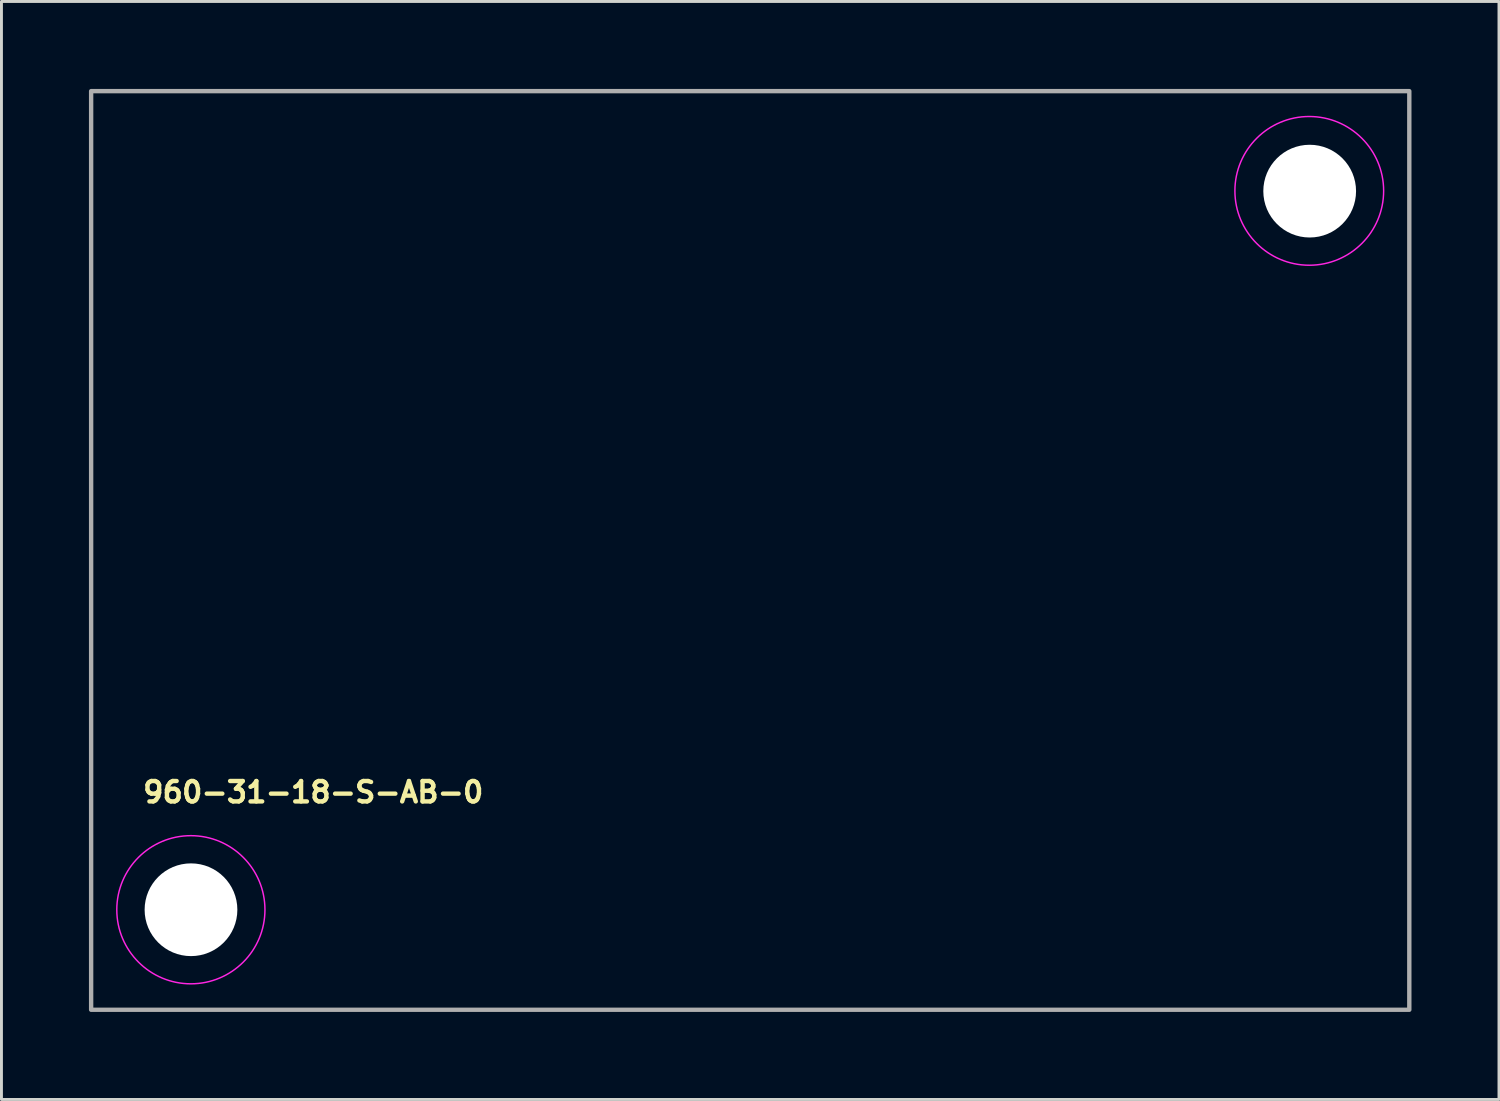
<source format=kicad_pcb>
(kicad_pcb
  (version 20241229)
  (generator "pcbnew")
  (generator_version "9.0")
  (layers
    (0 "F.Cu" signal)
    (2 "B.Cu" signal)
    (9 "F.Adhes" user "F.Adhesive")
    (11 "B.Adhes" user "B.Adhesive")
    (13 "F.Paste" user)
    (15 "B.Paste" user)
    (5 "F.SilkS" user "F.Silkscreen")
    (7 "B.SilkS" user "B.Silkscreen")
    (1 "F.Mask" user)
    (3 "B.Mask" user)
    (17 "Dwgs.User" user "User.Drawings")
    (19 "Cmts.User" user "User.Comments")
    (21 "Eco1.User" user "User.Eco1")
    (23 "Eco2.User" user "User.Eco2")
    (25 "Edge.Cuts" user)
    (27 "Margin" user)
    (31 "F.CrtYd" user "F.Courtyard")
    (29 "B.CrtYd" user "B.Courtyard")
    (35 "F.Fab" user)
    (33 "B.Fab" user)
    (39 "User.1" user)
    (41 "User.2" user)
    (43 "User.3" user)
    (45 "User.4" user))
  (footprint "960-31-18-S-AB-0"
    (layer "F.Cu")
    (at 22.675 15.825)
    (property "Reference" "960-31-18-S-AB-0" (at -20.9 8.699 0) (unlocked yes) (layer "F.SilkS") (effects (font (size 0.7 0.7) (thickness 0.15)) (justify left bottom)))
    (attr through_hole)
    (fp_circle (center -19.18 12.32) (end -16.64 12.32) (stroke (width 0.05) (type solid)) (fill no) (layer "F.CrtYd"))
    (fp_circle (center 19.17 -12.33) (end 21.72 -12.33) (stroke (width 0.05) (type solid)) (fill no) (layer "F.CrtYd"))
    (fp_rect (start -22.6 -15.75) (end 22.6 15.75) (stroke (width 0.15) (type solid)) (fill no) (layer "F.Fab"))
    (fp_rect (start -22.6 -15.75) (end 22.6 15.75) (stroke (width 0.1) (type solid)) (fill no) (layer "User.5"))
    (fp_line (start -22.604 12.32) (end -22.601 12.15) (stroke (width 0.02) (type solid)) (layer "User.9"))
    (fp_line (start -22.601 12.15) (end -22.589 11.981) (stroke (width 0.02) (type solid)) (layer "User.9"))
    (fp_line (start -22.601 12.49) (end -22.604 12.32) (stroke (width 0.02) (type solid)) (layer "User.9"))
    (fp_line (start -22.589 11.981) (end -22.567 11.813) (stroke (width 0.02) (type solid)) (layer "User.9"))
    (fp_line (start -22.589 12.659) (end -22.601 12.49) (stroke (width 0.02) (type solid)) (layer "User.9"))
    (fp_line (start -22.567 11.813) (end -22.538 11.647) (stroke (width 0.02) (type solid)) (layer "User.9"))
    (fp_line (start -22.567 12.826) (end -22.589 12.659) (stroke (width 0.02) (type solid)) (layer "User.9"))
    (fp_line (start -22.538 11.647) (end -22.502 11.484) (stroke (width 0.02) (type solid)) (layer "User.9"))
    (fp_line (start -22.538 12.993) (end -22.567 12.826) (stroke (width 0.02) (type solid)) (layer "User.9"))
    (fp_line (start -22.502 11.484) (end -22.456 11.323) (stroke (width 0.02) (type solid)) (layer "User.9"))
    (fp_line (start -22.502 13.156) (end -22.538 12.993) (stroke (width 0.02) (type solid)) (layer "User.9"))
    (fp_line (start -22.456 11.323) (end -22.404 11.163) (stroke (width 0.02) (type solid)) (layer "User.9"))
    (fp_line (start -22.456 13.317) (end -22.502 13.156) (stroke (width 0.02) (type solid)) (layer "User.9"))
    (fp_line (start -22.404 11.163) (end -22.343 11.007) (stroke (width 0.02) (type solid)) (layer "User.9"))
    (fp_line (start -22.404 13.477) (end -22.456 13.317) (stroke (width 0.02) (type solid)) (layer "User.9"))
    (fp_line (start -22.343 11.007) (end -22.276 10.855) (stroke (width 0.02) (type solid)) (layer "User.9"))
    (fp_line (start -22.343 13.632) (end -22.404 13.477) (stroke (width 0.02) (type solid)) (layer "User.9"))
    (fp_line (start -22.276 10.855) (end -22.202 10.705) (stroke (width 0.02) (type solid)) (layer "User.9"))
    (fp_line (start -22.276 13.785) (end -22.343 13.632) (stroke (width 0.02) (type solid)) (layer "User.9"))
    (fp_line (start -22.202 10.705) (end -22.118 10.56) (stroke (width 0.02) (type solid)) (layer "User.9"))
    (fp_line (start -22.202 13.935) (end -22.276 13.785) (stroke (width 0.02) (type solid)) (layer "User.9"))
    (fp_line (start -22.118 10.56) (end -22.028 10.417) (stroke (width 0.02) (type solid)) (layer "User.9"))
    (fp_line (start -22.118 14.08) (end -22.202 13.935) (stroke (width 0.02) (type solid)) (layer "User.9"))
    (fp_line (start -22.028 10.417) (end -21.932 10.279) (stroke (width 0.02) (type solid)) (layer "User.9"))
    (fp_line (start -22.028 14.223) (end -22.118 14.08) (stroke (width 0.02) (type solid)) (layer "User.9"))
    (fp_line (start -21.932 10.279) (end -21.828 10.147) (stroke (width 0.02) (type solid)) (layer "User.9"))
    (fp_line (start -21.932 14.361) (end -22.028 14.223) (stroke (width 0.02) (type solid)) (layer "User.9"))
    (fp_line (start -21.875 10.775) (end -19.176 9.271) (stroke (width 0.02) (type solid)) (layer "User.9"))
    (fp_line (start -21.875 13.865) (end -21.875 10.775) (stroke (width 0.02) (type solid)) (layer "User.9"))
    (fp_line (start -21.828 10.147) (end -21.717 10.018) (stroke (width 0.02) (type solid)) (layer "User.9"))
    (fp_line (start -21.828 14.493) (end -21.932 14.361) (stroke (width 0.02) (type solid)) (layer "User.9"))
    (fp_line (start -21.717 10.018) (end -21.601 9.896) (stroke (width 0.02) (type solid)) (layer "User.9"))
    (fp_line (start -21.717 14.621) (end -21.828 14.493) (stroke (width 0.02) (type solid)) (layer "User.9"))
    (fp_line (start -21.601 9.896) (end -21.601 9.896) (stroke (width 0.02) (type solid)) (layer "User.9"))
    (fp_line (start -21.601 9.896) (end -21.477 9.778) (stroke (width 0.02) (type solid)) (layer "User.9"))
    (fp_line (start -21.601 14.744) (end -21.717 14.621) (stroke (width 0.02) (type solid)) (layer "User.9"))
    (fp_line (start -21.601 14.744) (end -21.601 14.744) (stroke (width 0.02) (type solid)) (layer "User.9"))
    (fp_line (start -21.477 9.778) (end -21.349 9.667) (stroke (width 0.02) (type solid)) (layer "User.9"))
    (fp_line (start -21.477 14.861) (end -21.601 14.744) (stroke (width 0.02) (type solid)) (layer "User.9"))
    (fp_line (start -21.349 9.667) (end -21.217 9.563) (stroke (width 0.02) (type solid)) (layer "User.9"))
    (fp_line (start -21.349 14.973) (end -21.477 14.861) (stroke (width 0.02) (type solid)) (layer "User.9"))
    (fp_line (start -21.217 9.563) (end -21.078 9.467) (stroke (width 0.02) (type solid)) (layer "User.9"))
    (fp_line (start -21.217 15.076) (end -21.349 14.973) (stroke (width 0.02) (type solid)) (layer "User.9"))
    (fp_line (start -21.078 9.467) (end -20.936 9.377) (stroke (width 0.02) (type solid)) (layer "User.9"))
    (fp_line (start -21.078 15.172) (end -21.217 15.076) (stroke (width 0.02) (type solid)) (layer "User.9"))
    (fp_line (start -20.936 9.377) (end -20.79 9.294) (stroke (width 0.02) (type solid)) (layer "User.9"))
    (fp_line (start -20.936 15.262) (end -21.078 15.172) (stroke (width 0.02) (type solid)) (layer "User.9"))
    (fp_line (start -20.79 9.294) (end -20.641 9.22) (stroke (width 0.02) (type solid)) (layer "User.9"))
    (fp_line (start -20.79 15.345) (end -20.936 15.262) (stroke (width 0.02) (type solid)) (layer "User.9"))
    (fp_line (start -20.641 9.22) (end -20.488 9.153) (stroke (width 0.02) (type solid)) (layer "User.9"))
    (fp_line (start -20.641 15.42) (end -20.79 15.345) (stroke (width 0.02) (type solid)) (layer "User.9"))
    (fp_line (start -20.488 9.153) (end -20.333 9.092) (stroke (width 0.02) (type solid)) (layer "User.9"))
    (fp_line (start -20.488 15.487) (end -20.641 15.42) (stroke (width 0.02) (type solid)) (layer "User.9"))
    (fp_line (start -20.333 9.092) (end -20.173 9.039) (stroke (width 0.02) (type solid)) (layer "User.9"))
    (fp_line (start -20.333 15.548) (end -20.488 15.487) (stroke (width 0.02) (type solid)) (layer "User.9"))
    (fp_line (start -20.173 9.039) (end -20.011 8.994) (stroke (width 0.02) (type solid)) (layer "User.9"))
    (fp_line (start -20.173 15.601) (end -20.333 15.548) (stroke (width 0.02) (type solid)) (layer "User.9"))
    (fp_line (start -20.011 8.994) (end -19.848 8.957) (stroke (width 0.02) (type solid)) (layer "User.9"))
    (fp_line (start -20.011 15.646) (end -20.173 15.601) (stroke (width 0.02) (type solid)) (layer "User.9"))
    (fp_line (start -19.848 8.957) (end -19.682 8.929) (stroke (width 0.02) (type solid)) (layer "User.9"))
    (fp_line (start -19.848 15.682) (end -20.011 15.646) (stroke (width 0.02) (type solid)) (layer "User.9"))
    (fp_line (start -19.682 8.929) (end -19.514 8.907) (stroke (width 0.02) (type solid)) (layer "User.9"))
    (fp_line (start -19.682 15.711) (end -19.848 15.682) (stroke (width 0.02) (type solid)) (layer "User.9"))
    (fp_line (start -19.514 8.907) (end -19.346 8.896) (stroke (width 0.02) (type solid)) (layer "User.9"))
    (fp_line (start -19.514 15.733) (end -19.682 15.711) (stroke (width 0.02) (type solid)) (layer "User.9"))
    (fp_line (start -19.346 8.896) (end -19.176 8.89) (stroke (width 0.02) (type solid)) (layer "User.9"))
    (fp_line (start -19.346 15.744) (end -19.514 15.733) (stroke (width 0.02) (type solid)) (layer "User.9"))
    (fp_line (start -19.176 8.89) (end -18 8.89) (stroke (width 0.02) (type solid)) (layer "User.9"))
    (fp_line (start -19.176 9.271) (end -16.476 10.775) (stroke (width 0.02) (type solid)) (layer "User.9"))
    (fp_line (start -19.176 15.371) (end -21.875 13.865) (stroke (width 0.02) (type solid)) (layer "User.9"))
    (fp_line (start -19.176 15.749) (end -19.346 15.744) (stroke (width 0.02) (type solid)) (layer "User.9"))
    (fp_line (start -18 8.89) (end -17.901 8.888) (stroke (width 0.02) (type solid)) (layer "User.9"))
    (fp_line (start -17.901 8.888) (end -17.804 8.881) (stroke (width 0.02) (type solid)) (layer "User.9"))
    (fp_line (start -17.804 8.881) (end -17.705 8.869) (stroke (width 0.02) (type solid)) (layer "User.9"))
    (fp_line (start -17.705 8.869) (end -17.609 8.852) (stroke (width 0.02) (type solid)) (layer "User.9"))
    (fp_line (start -17.609 8.852) (end -17.514 8.83) (stroke (width 0.02) (type solid)) (layer "User.9"))
    (fp_line (start -17.514 8.83) (end -17.42 8.804) (stroke (width 0.02) (type solid)) (layer "User.9"))
    (fp_line (start -17.42 8.804) (end -17.327 8.773) (stroke (width 0.02) (type solid)) (layer "User.9"))
    (fp_line (start -17.327 8.773) (end -17.235 8.739) (stroke (width 0.02) (type solid)) (layer "User.9"))
    (fp_line (start -17.235 8.739) (end -17.147 8.699) (stroke (width 0.02) (type solid)) (layer "User.9"))
    (fp_line (start -17.147 8.699) (end -17.06 8.656) (stroke (width 0.02) (type solid)) (layer "User.9"))
    (fp_line (start -17.06 8.656) (end -16.974 8.608) (stroke (width 0.02) (type solid)) (layer "User.9"))
    (fp_line (start -16.974 8.608) (end -16.891 8.554) (stroke (width 0.02) (type solid)) (layer "User.9"))
    (fp_line (start -16.891 8.554) (end -16.811 8.499) (stroke (width 0.02) (type solid)) (layer "User.9"))
    (fp_line (start -16.811 8.499) (end -16.734 8.438) (stroke (width 0.02) (type solid)) (layer "User.9"))
    (fp_line (start -16.734 8.438) (end -16.659 8.374) (stroke (width 0.02) (type solid)) (layer "User.9"))
    (fp_line (start -16.659 8.374) (end -16.586 8.305) (stroke (width 0.02) (type solid)) (layer "User.9"))
    (fp_line (start -16.586 8.305) (end -16.586 8.305) (stroke (width 0.02) (type solid)) (layer "User.9"))
    (fp_line (start -16.586 8.305) (end -16.519 8.233) (stroke (width 0.02) (type solid)) (layer "User.9"))
    (fp_line (start -16.519 8.233) (end -16.453 8.159) (stroke (width 0.02) (type solid)) (layer "User.9"))
    (fp_line (start -16.476 10.775) (end -16.476 13.865) (stroke (width 0.02) (type solid)) (layer "User.9"))
    (fp_line (start -16.476 13.865) (end -19.176 15.371) (stroke (width 0.02) (type solid)) (layer "User.9"))
    (fp_line (start -16.453 8.159) (end -16.394 8.08) (stroke (width 0.02) (type solid)) (layer "User.9"))
    (fp_line (start -16.394 8.08) (end -16.337 8) (stroke (width 0.02) (type solid)) (layer "User.9"))
    (fp_line (start -16.337 8) (end -16.284 7.917) (stroke (width 0.02) (type solid)) (layer "User.9"))
    (fp_line (start -16.284 7.917) (end -16.237 7.833) (stroke (width 0.02) (type solid)) (layer "User.9"))
    (fp_line (start -16.237 7.833) (end -16.192 7.746) (stroke (width 0.02) (type solid)) (layer "User.9"))
    (fp_line (start -16.192 7.746) (end -16.153 7.656) (stroke (width 0.02) (type solid)) (layer "User.9"))
    (fp_line (start -16.153 7.656) (end -16.118 7.565) (stroke (width 0.02) (type solid)) (layer "User.9"))
    (fp_line (start -16.118 7.565) (end -16.087 7.472) (stroke (width 0.02) (type solid)) (layer "User.9"))
    (fp_line (start -16.087 7.472) (end -16.061 7.378) (stroke (width 0.02) (type solid)) (layer "User.9"))
    (fp_line (start -16.061 7.378) (end -16.04 7.283) (stroke (width 0.02) (type solid)) (layer "User.9"))
    (fp_line (start -16.04 7.283) (end -16.022 7.187) (stroke (width 0.02) (type solid)) (layer "User.9"))
    (fp_line (start -16.022 7.187) (end -16.011 7.089) (stroke (width 0.02) (type solid)) (layer "User.9"))
    (fp_line (start -16.011 7.089) (end -16.003 6.99) (stroke (width 0.02) (type solid)) (layer "User.9"))
    (fp_line (start -16.003 6.99) (end -16 6.892) (stroke (width 0.02) (type solid)) (layer "User.9"))
    (fp_line (start -16 6.892) (end -16 -15.75) (stroke (width 0.02) (type solid)) (layer "User.9"))
    (fp_line (start -15.5 -13.2) (end -15.5 -15.5) (stroke (width 0.02) (type solid)) (layer "User.9"))
    (fp_line (start -15.5 -13.2) (end -14.25 -13.2) (stroke (width 0.02) (type solid)) (layer "User.9"))
    (fp_line (start -15.5 -9.1) (end -15.5 -11.401) (stroke (width 0.02) (type solid)) (layer "User.9"))
    (fp_line (start -15.5 -9.1) (end -14.25 -9.1) (stroke (width 0.02) (type solid)) (layer "User.9"))
    (fp_line (start -15.5 -5) (end -15.5 -7.3) (stroke (width 0.02) (type solid)) (layer "User.9"))
    (fp_line (start -15.5 -5) (end -14.25 -5) (stroke (width 0.02) (type solid)) (layer "User.9"))
    (fp_line (start -15.5 -0.902) (end -15.5 -3.202) (stroke (width 0.02) (type solid)) (layer "User.9"))
    (fp_line (start -15.5 -0.902) (end -14.25 -0.902) (stroke (width 0.02) (type solid)) (layer "User.9"))
    (fp_line (start -15.5 3.2) (end -15.5 0.9) (stroke (width 0.02) (type solid)) (layer "User.9"))
    (fp_line (start -15.5 3.2) (end -14.25 3.2) (stroke (width 0.02) (type solid)) (layer "User.9"))
    (fp_line (start -15.5 7.299) (end -15.5 4.998) (stroke (width 0.02) (type solid)) (layer "User.9"))
    (fp_line (start -15.5 7.299) (end -14.25 7.299) (stroke (width 0.02) (type solid)) (layer "User.9"))
    (fp_line (start -15.5 11.4) (end -15.5 9.099) (stroke (width 0.02) (type solid)) (layer "User.9"))
    (fp_line (start -15.5 11.4) (end -14.25 11.4) (stroke (width 0.02) (type solid)) (layer "User.9"))
    (fp_line (start -15.5 15.499) (end -15.5 13.198) (stroke (width 0.02) (type solid)) (layer "User.9"))
    (fp_line (start -15.5 15.499) (end -14.25 15.499) (stroke (width 0.02) (type solid)) (layer "User.9"))
    (fp_line (start -14.25 -15.5) (end -15.5 -15.5) (stroke (width 0.02) (type solid)) (layer "User.9"))
    (fp_line (start -14.25 -13.2) (end -14.25 -15.5) (stroke (width 0.02) (type solid)) (layer "User.9"))
    (fp_line (start -14.25 -11.401) (end -15.5 -11.401) (stroke (width 0.02) (type solid)) (layer "User.9"))
    (fp_line (start -14.25 -9.1) (end -14.25 -11.401) (stroke (width 0.02) (type solid)) (layer "User.9"))
    (fp_line (start -14.25 -7.3) (end -15.5 -7.3) (stroke (width 0.02) (type solid)) (layer "User.9"))
    (fp_line (start -14.25 -5) (end -14.25 -7.3) (stroke (width 0.02) (type solid)) (layer "User.9"))
    (fp_line (start -14.25 -3.202) (end -15.5 -3.202) (stroke (width 0.02) (type solid)) (layer "User.9"))
    (fp_line (start -14.25 -0.902) (end -14.25 -3.202) (stroke (width 0.02) (type solid)) (layer "User.9"))
    (fp_line (start -14.25 0.9) (end -15.5 0.9) (stroke (width 0.02) (type solid)) (layer "User.9"))
    (fp_line (start -14.25 3.2) (end -14.25 0.9) (stroke (width 0.02) (type solid)) (layer "User.9"))
    (fp_line (start -14.25 4.998) (end -15.5 4.998) (stroke (width 0.02) (type solid)) (layer "User.9"))
    (fp_line (start -14.25 7.299) (end -14.25 4.998) (stroke (width 0.02) (type solid)) (layer "User.9"))
    (fp_line (start -14.25 9.099) (end -15.5 9.099) (stroke (width 0.02) (type solid)) (layer "User.9"))
    (fp_line (start -14.25 11.4) (end -14.25 9.099) (stroke (width 0.02) (type solid)) (layer "User.9"))
    (fp_line (start -14.25 13.198) (end -15.5 13.198) (stroke (width 0.02) (type solid)) (layer "User.9"))
    (fp_line (start -14.25 15.499) (end -14.25 13.198) (stroke (width 0.02) (type solid)) (layer "User.9"))
    (fp_line (start -12.196 -13.2) (end -12.196 -15.5) (stroke (width 0.02) (type solid)) (layer "User.9"))
    (fp_line (start -12.196 -13.2) (end -10.946 -13.2) (stroke (width 0.02) (type solid)) (layer "User.9"))
    (fp_line (start -12.196 -9.1) (end -12.196 -11.401) (stroke (width 0.02) (type solid)) (layer "User.9"))
    (fp_line (start -12.196 -9.1) (end -10.946 -9.1) (stroke (width 0.02) (type solid)) (layer "User.9"))
    (fp_line (start -12.196 -5) (end -12.196 -7.3) (stroke (width 0.02) (type solid)) (layer "User.9"))
    (fp_line (start -12.196 -5) (end -10.946 -5) (stroke (width 0.02) (type solid)) (layer "User.9"))
    (fp_line (start -12.196 -0.902) (end -12.196 -3.202) (stroke (width 0.02) (type solid)) (layer "User.9"))
    (fp_line (start -12.196 -0.902) (end -10.946 -0.902) (stroke (width 0.02) (type solid)) (layer "User.9"))
    (fp_line (start -12.196 3.2) (end -12.196 0.9) (stroke (width 0.02) (type solid)) (layer "User.9"))
    (fp_line (start -12.196 3.2) (end -10.946 3.2) (stroke (width 0.02) (type solid)) (layer "User.9"))
    (fp_line (start -12.196 7.299) (end -12.196 4.998) (stroke (width 0.02) (type solid)) (layer "User.9"))
    (fp_line (start -12.196 7.299) (end -10.946 7.299) (stroke (width 0.02) (type solid)) (layer "User.9"))
    (fp_line (start -12.196 11.4) (end -12.196 9.099) (stroke (width 0.02) (type solid)) (layer "User.9"))
    (fp_line (start -12.196 11.4) (end -10.946 11.4) (stroke (width 0.02) (type solid)) (layer "User.9"))
    (fp_line (start -12.196 15.499) (end -12.196 13.198) (stroke (width 0.02) (type solid)) (layer "User.9"))
    (fp_line (start -12.196 15.499) (end -10.946 15.499) (stroke (width 0.02) (type solid)) (layer "User.9"))
    (fp_line (start -10.946 -15.5) (end -12.196 -15.5) (stroke (width 0.02) (type solid)) (layer "User.9"))
    (fp_line (start -10.946 -13.2) (end -10.946 -15.5) (stroke (width 0.02) (type solid)) (layer "User.9"))
    (fp_line (start -10.946 -11.401) (end -12.196 -11.401) (stroke (width 0.02) (type solid)) (layer "User.9"))
    (fp_line (start -10.946 -9.1) (end -10.946 -11.401) (stroke (width 0.02) (type solid)) (layer "User.9"))
    (fp_line (start -10.946 -7.3) (end -12.196 -7.3) (stroke (width 0.02) (type solid)) (layer "User.9"))
    (fp_line (start -10.946 -5) (end -10.946 -7.3) (stroke (width 0.02) (type solid)) (layer "User.9"))
    (fp_line (start -10.946 -3.202) (end -12.196 -3.202) (stroke (width 0.02) (type solid)) (layer "User.9"))
    (fp_line (start -10.946 -0.902) (end -10.946 -3.202) (stroke (width 0.02) (type solid)) (layer "User.9"))
    (fp_line (start -10.946 0.9) (end -12.196 0.9) (stroke (width 0.02) (type solid)) (layer "User.9"))
    (fp_line (start -10.946 3.2) (end -10.946 0.9) (stroke (width 0.02) (type solid)) (layer "User.9"))
    (fp_line (start -10.946 4.998) (end -12.196 4.998) (stroke (width 0.02) (type solid)) (layer "User.9"))
    (fp_line (start -10.946 7.299) (end -10.946 4.998) (stroke (width 0.02) (type solid)) (layer "User.9"))
    (fp_line (start -10.946 9.099) (end -12.196 9.099) (stroke (width 0.02) (type solid)) (layer "User.9"))
    (fp_line (start -10.946 11.4) (end -10.946 9.099) (stroke (width 0.02) (type solid)) (layer "User.9"))
    (fp_line (start -10.946 13.198) (end -12.196 13.198) (stroke (width 0.02) (type solid)) (layer "User.9"))
    (fp_line (start -10.946 15.499) (end -10.946 13.198) (stroke (width 0.02) (type solid)) (layer "User.9"))
    (fp_line (start -8.889 -13.2) (end -8.889 -15.5) (stroke (width 0.02) (type solid)) (layer "User.9"))
    (fp_line (start -8.889 -13.2) (end -7.64 -13.2) (stroke (width 0.02) (type solid)) (layer "User.9"))
    (fp_line (start -8.889 -9.1) (end -8.889 -11.401) (stroke (width 0.02) (type solid)) (layer "User.9"))
    (fp_line (start -8.889 -9.1) (end -7.64 -9.1) (stroke (width 0.02) (type solid)) (layer "User.9"))
    (fp_line (start -8.889 -5) (end -8.889 -7.3) (stroke (width 0.02) (type solid)) (layer "User.9"))
    (fp_line (start -8.889 -5) (end -7.64 -5) (stroke (width 0.02) (type solid)) (layer "User.9"))
    (fp_line (start -8.889 -0.902) (end -8.889 -3.202) (stroke (width 0.02) (type solid)) (layer "User.9"))
    (fp_line (start -8.889 -0.902) (end -7.64 -0.902) (stroke (width 0.02) (type solid)) (layer "User.9"))
    (fp_line (start -8.889 3.2) (end -8.889 0.9) (stroke (width 0.02) (type solid)) (layer "User.9"))
    (fp_line (start -8.889 3.2) (end -7.64 3.2) (stroke (width 0.02) (type solid)) (layer "User.9"))
    (fp_line (start -8.889 7.299) (end -8.889 4.998) (stroke (width 0.02) (type solid)) (layer "User.9"))
    (fp_line (start -8.889 7.299) (end -7.64 7.299) (stroke (width 0.02) (type solid)) (layer "User.9"))
    (fp_line (start -8.889 11.4) (end -8.889 9.099) (stroke (width 0.02) (type solid)) (layer "User.9"))
    (fp_line (start -8.889 11.4) (end -7.64 11.4) (stroke (width 0.02) (type solid)) (layer "User.9"))
    (fp_line (start -8.889 15.499) (end -8.889 13.198) (stroke (width 0.02) (type solid)) (layer "User.9"))
    (fp_line (start -8.889 15.499) (end -7.64 15.499) (stroke (width 0.02) (type solid)) (layer "User.9"))
    (fp_line (start -7.64 -15.5) (end -8.889 -15.5) (stroke (width 0.02) (type solid)) (layer "User.9"))
    (fp_line (start -7.64 -13.2) (end -7.64 -15.5) (stroke (width 0.02) (type solid)) (layer "User.9"))
    (fp_line (start -7.64 -11.401) (end -8.889 -11.401) (stroke (width 0.02) (type solid)) (layer "User.9"))
    (fp_line (start -7.64 -9.1) (end -7.64 -11.401) (stroke (width 0.02) (type solid)) (layer "User.9"))
    (fp_line (start -7.64 -7.3) (end -8.889 -7.3) (stroke (width 0.02) (type solid)) (layer "User.9"))
    (fp_line (start -7.64 -5) (end -7.64 -7.3) (stroke (width 0.02) (type solid)) (layer "User.9"))
    (fp_line (start -7.64 -3.202) (end -8.889 -3.202) (stroke (width 0.02) (type solid)) (layer "User.9"))
    (fp_line (start -7.64 -0.902) (end -7.64 -3.202) (stroke (width 0.02) (type solid)) (layer "User.9"))
    (fp_line (start -7.64 0.9) (end -8.889 0.9) (stroke (width 0.02) (type solid)) (layer "User.9"))
    (fp_line (start -7.64 3.2) (end -7.64 0.9) (stroke (width 0.02) (type solid)) (layer "User.9"))
    (fp_line (start -7.64 4.998) (end -8.889 4.998) (stroke (width 0.02) (type solid)) (layer "User.9"))
    (fp_line (start -7.64 7.299) (end -7.64 4.998) (stroke (width 0.02) (type solid)) (layer "User.9"))
    (fp_line (start -7.64 9.099) (end -8.889 9.099) (stroke (width 0.02) (type solid)) (layer "User.9"))
    (fp_line (start -7.64 11.4) (end -7.64 9.099) (stroke (width 0.02) (type solid)) (layer "User.9"))
    (fp_line (start -7.64 13.198) (end -8.889 13.198) (stroke (width 0.02) (type solid)) (layer "User.9"))
    (fp_line (start -7.64 15.499) (end -7.64 13.198) (stroke (width 0.02) (type solid)) (layer "User.9"))
    (fp_line (start -5.584 -13.2) (end -5.584 -15.5) (stroke (width 0.02) (type solid)) (layer "User.9"))
    (fp_line (start -5.584 -13.2) (end -4.334 -13.2) (stroke (width 0.02) (type solid)) (layer "User.9"))
    (fp_line (start -5.584 -9.1) (end -5.584 -11.401) (stroke (width 0.02) (type solid)) (layer "User.9"))
    (fp_line (start -5.584 -9.1) (end -4.334 -9.1) (stroke (width 0.02) (type solid)) (layer "User.9"))
    (fp_line (start -5.584 -5) (end -5.584 -7.3) (stroke (width 0.02) (type solid)) (layer "User.9"))
    (fp_line (start -5.584 -5) (end -4.334 -5) (stroke (width 0.02) (type solid)) (layer "User.9"))
    (fp_line (start -5.584 -0.902) (end -5.584 -3.202) (stroke (width 0.02) (type solid)) (layer "User.9"))
    (fp_line (start -5.584 -0.902) (end -4.334 -0.902) (stroke (width 0.02) (type solid)) (layer "User.9"))
    (fp_line (start -5.584 3.2) (end -5.584 0.9) (stroke (width 0.02) (type solid)) (layer "User.9"))
    (fp_line (start -5.584 3.2) (end -4.334 3.2) (stroke (width 0.02) (type solid)) (layer "User.9"))
    (fp_line (start -5.584 7.299) (end -5.584 4.998) (stroke (width 0.02) (type solid)) (layer "User.9"))
    (fp_line (start -5.584 7.299) (end -4.334 7.299) (stroke (width 0.02) (type solid)) (layer "User.9"))
    (fp_line (start -5.584 11.4) (end -5.584 9.099) (stroke (width 0.02) (type solid)) (layer "User.9"))
    (fp_line (start -5.584 11.4) (end -4.334 11.4) (stroke (width 0.02) (type solid)) (layer "User.9"))
    (fp_line (start -5.584 15.499) (end -5.584 13.198) (stroke (width 0.02) (type solid)) (layer "User.9"))
    (fp_line (start -5.584 15.499) (end -4.334 15.499) (stroke (width 0.02) (type solid)) (layer "User.9"))
    (fp_line (start -4.334 -15.5) (end -5.584 -15.5) (stroke (width 0.02) (type solid)) (layer "User.9"))
    (fp_line (start -4.334 -13.2) (end -4.334 -15.5) (stroke (width 0.02) (type solid)) (layer "User.9"))
    (fp_line (start -4.334 -11.401) (end -5.584 -11.401) (stroke (width 0.02) (type solid)) (layer "User.9"))
    (fp_line (start -4.334 -9.1) (end -4.334 -11.401) (stroke (width 0.02) (type solid)) (layer "User.9"))
    (fp_line (start -4.334 -7.3) (end -5.584 -7.3) (stroke (width 0.02) (type solid)) (layer "User.9"))
    (fp_line (start -4.334 -5) (end -4.334 -7.3) (stroke (width 0.02) (type solid)) (layer "User.9"))
    (fp_line (start -4.334 -3.202) (end -5.584 -3.202) (stroke (width 0.02) (type solid)) (layer "User.9"))
    (fp_line (start -4.334 -0.902) (end -4.334 -3.202) (stroke (width 0.02) (type solid)) (layer "User.9"))
    (fp_line (start -4.334 0.9) (end -5.584 0.9) (stroke (width 0.02) (type solid)) (layer "User.9"))
    (fp_line (start -4.334 3.2) (end -4.334 0.9) (stroke (width 0.02) (type solid)) (layer "User.9"))
    (fp_line (start -4.334 4.998) (end -5.584 4.998) (stroke (width 0.02) (type solid)) (layer "User.9"))
    (fp_line (start -4.334 7.299) (end -4.334 4.998) (stroke (width 0.02) (type solid)) (layer "User.9"))
    (fp_line (start -4.334 9.099) (end -5.584 9.099) (stroke (width 0.02) (type solid)) (layer "User.9"))
    (fp_line (start -4.334 11.4) (end -4.334 9.099) (stroke (width 0.02) (type solid)) (layer "User.9"))
    (fp_line (start -4.334 13.198) (end -5.584 13.198) (stroke (width 0.02) (type solid)) (layer "User.9"))
    (fp_line (start -4.334 15.499) (end -4.334 13.198) (stroke (width 0.02) (type solid)) (layer "User.9"))
    (fp_line (start -2.278 -13.2) (end -2.278 -15.5) (stroke (width 0.02) (type solid)) (layer "User.9"))
    (fp_line (start -2.278 -13.2) (end -1.028 -13.2) (stroke (width 0.02) (type solid)) (layer "User.9"))
    (fp_line (start -2.278 -9.1) (end -2.278 -11.401) (stroke (width 0.02) (type solid)) (layer "User.9"))
    (fp_line (start -2.278 -9.1) (end -1.028 -9.1) (stroke (width 0.02) (type solid)) (layer "User.9"))
    (fp_line (start -2.278 -5) (end -2.278 -7.3) (stroke (width 0.02) (type solid)) (layer "User.9"))
    (fp_line (start -2.278 -5) (end -1.028 -5) (stroke (width 0.02) (type solid)) (layer "User.9"))
    (fp_line (start -2.278 -0.902) (end -2.278 -3.202) (stroke (width 0.02) (type solid)) (layer "User.9"))
    (fp_line (start -2.278 -0.902) (end -1.028 -0.902) (stroke (width 0.02) (type solid)) (layer "User.9"))
    (fp_line (start -2.278 3.2) (end -2.278 0.9) (stroke (width 0.02) (type solid)) (layer "User.9"))
    (fp_line (start -2.278 3.2) (end -1.028 3.2) (stroke (width 0.02) (type solid)) (layer "User.9"))
    (fp_line (start -2.278 7.299) (end -2.278 4.998) (stroke (width 0.02) (type solid)) (layer "User.9"))
    (fp_line (start -2.278 7.299) (end -1.028 7.299) (stroke (width 0.02) (type solid)) (layer "User.9"))
    (fp_line (start -2.278 11.4) (end -2.278 9.099) (stroke (width 0.02) (type solid)) (layer "User.9"))
    (fp_line (start -2.278 11.4) (end -1.028 11.4) (stroke (width 0.02) (type solid)) (layer "User.9"))
    (fp_line (start -2.278 15.499) (end -2.278 13.198) (stroke (width 0.02) (type solid)) (layer "User.9"))
    (fp_line (start -2.278 15.499) (end -1.028 15.499) (stroke (width 0.02) (type solid)) (layer "User.9"))
    (fp_line (start -1.028 -15.5) (end -2.278 -15.5) (stroke (width 0.02) (type solid)) (layer "User.9"))
    (fp_line (start -1.028 -13.2) (end -1.028 -15.5) (stroke (width 0.02) (type solid)) (layer "User.9"))
    (fp_line (start -1.028 -11.401) (end -2.278 -11.401) (stroke (width 0.02) (type solid)) (layer "User.9"))
    (fp_line (start -1.028 -9.1) (end -1.028 -11.401) (stroke (width 0.02) (type solid)) (layer "User.9"))
    (fp_line (start -1.028 -7.3) (end -2.278 -7.3) (stroke (width 0.02) (type solid)) (layer "User.9"))
    (fp_line (start -1.028 -5) (end -1.028 -7.3) (stroke (width 0.02) (type solid)) (layer "User.9"))
    (fp_line (start -1.028 -3.202) (end -2.278 -3.202) (stroke (width 0.02) (type solid)) (layer "User.9"))
    (fp_line (start -1.028 -0.902) (end -1.028 -3.202) (stroke (width 0.02) (type solid)) (layer "User.9"))
    (fp_line (start -1.028 0.9) (end -2.278 0.9) (stroke (width 0.02) (type solid)) (layer "User.9"))
    (fp_line (start -1.028 3.2) (end -1.028 0.9) (stroke (width 0.02) (type solid)) (layer "User.9"))
    (fp_line (start -1.028 4.998) (end -2.278 4.998) (stroke (width 0.02) (type solid)) (layer "User.9"))
    (fp_line (start -1.028 7.299) (end -1.028 4.998) (stroke (width 0.02) (type solid)) (layer "User.9"))
    (fp_line (start -1.028 9.099) (end -2.278 9.099) (stroke (width 0.02) (type solid)) (layer "User.9"))
    (fp_line (start -1.028 11.4) (end -1.028 9.099) (stroke (width 0.02) (type solid)) (layer "User.9"))
    (fp_line (start -1.028 13.198) (end -2.278 13.198) (stroke (width 0.02) (type solid)) (layer "User.9"))
    (fp_line (start -1.028 15.499) (end -1.028 13.198) (stroke (width 0.02) (type solid)) (layer "User.9"))
    (fp_line (start 1.027 -13.2) (end 1.027 -15.5) (stroke (width 0.02) (type solid)) (layer "User.9"))
    (fp_line (start 1.027 -13.2) (end 2.277 -13.2) (stroke (width 0.02) (type solid)) (layer "User.9"))
    (fp_line (start 1.027 -9.1) (end 1.027 -11.401) (stroke (width 0.02) (type solid)) (layer "User.9"))
    (fp_line (start 1.027 -9.1) (end 2.277 -9.1) (stroke (width 0.02) (type solid)) (layer "User.9"))
    (fp_line (start 1.027 -5) (end 1.027 -7.3) (stroke (width 0.02) (type solid)) (layer "User.9"))
    (fp_line (start 1.027 -5) (end 2.277 -5) (stroke (width 0.02) (type solid)) (layer "User.9"))
    (fp_line (start 1.027 -0.902) (end 1.027 -3.202) (stroke (width 0.02) (type solid)) (layer "User.9"))
    (fp_line (start 1.027 -0.902) (end 2.277 -0.902) (stroke (width 0.02) (type solid)) (layer "User.9"))
    (fp_line (start 1.027 3.2) (end 1.027 0.9) (stroke (width 0.02) (type solid)) (layer "User.9"))
    (fp_line (start 1.027 3.2) (end 2.277 3.2) (stroke (width 0.02) (type solid)) (layer "User.9"))
    (fp_line (start 1.027 7.299) (end 1.027 4.998) (stroke (width 0.02) (type solid)) (layer "User.9"))
    (fp_line (start 1.027 7.299) (end 2.277 7.299) (stroke (width 0.02) (type solid)) (layer "User.9"))
    (fp_line (start 1.027 11.4) (end 1.027 9.099) (stroke (width 0.02) (type solid)) (layer "User.9"))
    (fp_line (start 1.027 11.4) (end 2.277 11.4) (stroke (width 0.02) (type solid)) (layer "User.9"))
    (fp_line (start 1.027 15.499) (end 1.027 13.198) (stroke (width 0.02) (type solid)) (layer "User.9"))
    (fp_line (start 1.027 15.499) (end 2.277 15.499) (stroke (width 0.02) (type solid)) (layer "User.9"))
    (fp_line (start 2.277 -15.5) (end 1.027 -15.5) (stroke (width 0.02) (type solid)) (layer "User.9"))
    (fp_line (start 2.277 -13.2) (end 2.277 -15.5) (stroke (width 0.02) (type solid)) (layer "User.9"))
    (fp_line (start 2.277 -11.401) (end 1.027 -11.401) (stroke (width 0.02) (type solid)) (layer "User.9"))
    (fp_line (start 2.277 -9.1) (end 2.277 -11.401) (stroke (width 0.02) (type solid)) (layer "User.9"))
    (fp_line (start 2.277 -7.3) (end 1.027 -7.3) (stroke (width 0.02) (type solid)) (layer "User.9"))
    (fp_line (start 2.277 -5) (end 2.277 -7.3) (stroke (width 0.02) (type solid)) (layer "User.9"))
    (fp_line (start 2.277 -3.202) (end 1.027 -3.202) (stroke (width 0.02) (type solid)) (layer "User.9"))
    (fp_line (start 2.277 -0.902) (end 2.277 -3.202) (stroke (width 0.02) (type solid)) (layer "User.9"))
    (fp_line (start 2.277 0.9) (end 1.027 0.9) (stroke (width 0.02) (type solid)) (layer "User.9"))
    (fp_line (start 2.277 3.2) (end 2.277 0.9) (stroke (width 0.02) (type solid)) (layer "User.9"))
    (fp_line (start 2.277 4.998) (end 1.027 4.998) (stroke (width 0.02) (type solid)) (layer "User.9"))
    (fp_line (start 2.277 7.299) (end 2.277 4.998) (stroke (width 0.02) (type solid)) (layer "User.9"))
    (fp_line (start 2.277 9.099) (end 1.027 9.099) (stroke (width 0.02) (type solid)) (layer "User.9"))
    (fp_line (start 2.277 11.4) (end 2.277 9.099) (stroke (width 0.02) (type solid)) (layer "User.9"))
    (fp_line (start 2.277 13.198) (end 1.027 13.198) (stroke (width 0.02) (type solid)) (layer "User.9"))
    (fp_line (start 2.277 15.499) (end 2.277 13.198) (stroke (width 0.02) (type solid)) (layer "User.9"))
    (fp_line (start 4.333 -13.2) (end 4.333 -15.5) (stroke (width 0.02) (type solid)) (layer "User.9"))
    (fp_line (start 4.333 -13.2) (end 5.583 -13.2) (stroke (width 0.02) (type solid)) (layer "User.9"))
    (fp_line (start 4.333 -9.1) (end 4.333 -11.401) (stroke (width 0.02) (type solid)) (layer "User.9"))
    (fp_line (start 4.333 -9.1) (end 5.583 -9.1) (stroke (width 0.02) (type solid)) (layer "User.9"))
    (fp_line (start 4.333 -5) (end 4.333 -7.3) (stroke (width 0.02) (type solid)) (layer "User.9"))
    (fp_line (start 4.333 -5) (end 5.583 -5) (stroke (width 0.02) (type solid)) (layer "User.9"))
    (fp_line (start 4.333 -0.902) (end 4.333 -3.202) (stroke (width 0.02) (type solid)) (layer "User.9"))
    (fp_line (start 4.333 -0.902) (end 5.583 -0.902) (stroke (width 0.02) (type solid)) (layer "User.9"))
    (fp_line (start 4.333 3.2) (end 4.333 0.9) (stroke (width 0.02) (type solid)) (layer "User.9"))
    (fp_line (start 4.333 3.2) (end 5.583 3.2) (stroke (width 0.02) (type solid)) (layer "User.9"))
    (fp_line (start 4.333 7.299) (end 4.333 4.998) (stroke (width 0.02) (type solid)) (layer "User.9"))
    (fp_line (start 4.333 7.299) (end 5.583 7.299) (stroke (width 0.02) (type solid)) (layer "User.9"))
    (fp_line (start 4.333 11.4) (end 4.333 9.099) (stroke (width 0.02) (type solid)) (layer "User.9"))
    (fp_line (start 4.333 11.4) (end 5.583 11.4) (stroke (width 0.02) (type solid)) (layer "User.9"))
    (fp_line (start 4.333 15.499) (end 4.333 13.198) (stroke (width 0.02) (type solid)) (layer "User.9"))
    (fp_line (start 4.333 15.499) (end 5.583 15.499) (stroke (width 0.02) (type solid)) (layer "User.9"))
    (fp_line (start 5.583 -15.5) (end 4.333 -15.5) (stroke (width 0.02) (type solid)) (layer "User.9"))
    (fp_line (start 5.583 -13.2) (end 5.583 -15.5) (stroke (width 0.02) (type solid)) (layer "User.9"))
    (fp_line (start 5.583 -11.401) (end 4.333 -11.401) (stroke (width 0.02) (type solid)) (layer "User.9"))
    (fp_line (start 5.583 -9.1) (end 5.583 -11.401) (stroke (width 0.02) (type solid)) (layer "User.9"))
    (fp_line (start 5.583 -7.3) (end 4.333 -7.3) (stroke (width 0.02) (type solid)) (layer "User.9"))
    (fp_line (start 5.583 -5) (end 5.583 -7.3) (stroke (width 0.02) (type solid)) (layer "User.9"))
    (fp_line (start 5.583 -3.202) (end 4.333 -3.202) (stroke (width 0.02) (type solid)) (layer "User.9"))
    (fp_line (start 5.583 -0.902) (end 5.583 -3.202) (stroke (width 0.02) (type solid)) (layer "User.9"))
    (fp_line (start 5.583 0.9) (end 4.333 0.9) (stroke (width 0.02) (type solid)) (layer "User.9"))
    (fp_line (start 5.583 3.2) (end 5.583 0.9) (stroke (width 0.02) (type solid)) (layer "User.9"))
    (fp_line (start 5.583 4.998) (end 4.333 4.998) (stroke (width 0.02) (type solid)) (layer "User.9"))
    (fp_line (start 5.583 7.299) (end 5.583 4.998) (stroke (width 0.02) (type solid)) (layer "User.9"))
    (fp_line (start 5.583 9.099) (end 4.333 9.099) (stroke (width 0.02) (type solid)) (layer "User.9"))
    (fp_line (start 5.583 11.4) (end 5.583 9.099) (stroke (width 0.02) (type solid)) (layer "User.9"))
    (fp_line (start 5.583 13.198) (end 4.333 13.198) (stroke (width 0.02) (type solid)) (layer "User.9"))
    (fp_line (start 5.583 15.499) (end 5.583 13.198) (stroke (width 0.02) (type solid)) (layer "User.9"))
    (fp_line (start 7.637 -13.2) (end 7.637 -15.5) (stroke (width 0.02) (type solid)) (layer "User.9"))
    (fp_line (start 7.637 -13.2) (end 8.887 -13.2) (stroke (width 0.02) (type solid)) (layer "User.9"))
    (fp_line (start 7.637 -9.1) (end 7.637 -11.401) (stroke (width 0.02) (type solid)) (layer "User.9"))
    (fp_line (start 7.637 -9.1) (end 8.887 -9.1) (stroke (width 0.02) (type solid)) (layer "User.9"))
    (fp_line (start 7.637 -5) (end 7.637 -7.3) (stroke (width 0.02) (type solid)) (layer "User.9"))
    (fp_line (start 7.637 -5) (end 8.887 -5) (stroke (width 0.02) (type solid)) (layer "User.9"))
    (fp_line (start 7.637 -0.902) (end 7.637 -3.202) (stroke (width 0.02) (type solid)) (layer "User.9"))
    (fp_line (start 7.637 -0.902) (end 8.887 -0.902) (stroke (width 0.02) (type solid)) (layer "User.9"))
    (fp_line (start 7.637 3.2) (end 7.637 0.9) (stroke (width 0.02) (type solid)) (layer "User.9"))
    (fp_line (start 7.637 3.2) (end 8.887 3.2) (stroke (width 0.02) (type solid)) (layer "User.9"))
    (fp_line (start 7.637 7.299) (end 7.637 4.998) (stroke (width 0.02) (type solid)) (layer "User.9"))
    (fp_line (start 7.637 7.299) (end 8.887 7.299) (stroke (width 0.02) (type solid)) (layer "User.9"))
    (fp_line (start 7.637 11.4) (end 7.637 9.099) (stroke (width 0.02) (type solid)) (layer "User.9"))
    (fp_line (start 7.637 11.4) (end 8.887 11.4) (stroke (width 0.02) (type solid)) (layer "User.9"))
    (fp_line (start 7.637 15.499) (end 7.637 13.198) (stroke (width 0.02) (type solid)) (layer "User.9"))
    (fp_line (start 7.637 15.499) (end 8.887 15.499) (stroke (width 0.02) (type solid)) (layer "User.9"))
    (fp_line (start 8.887 -15.5) (end 7.637 -15.5) (stroke (width 0.02) (type solid)) (layer "User.9"))
    (fp_line (start 8.887 -13.2) (end 8.887 -15.5) (stroke (width 0.02) (type solid)) (layer "User.9"))
    (fp_line (start 8.887 -11.401) (end 7.637 -11.401) (stroke (width 0.02) (type solid)) (layer "User.9"))
    (fp_line (start 8.887 -9.1) (end 8.887 -11.401) (stroke (width 0.02) (type solid)) (layer "User.9"))
    (fp_line (start 8.887 -7.3) (end 7.637 -7.3) (stroke (width 0.02) (type solid)) (layer "User.9"))
    (fp_line (start 8.887 -5) (end 8.887 -7.3) (stroke (width 0.02) (type solid)) (layer "User.9"))
    (fp_line (start 8.887 -3.202) (end 7.637 -3.202) (stroke (width 0.02) (type solid)) (layer "User.9"))
    (fp_line (start 8.887 -0.902) (end 8.887 -3.202) (stroke (width 0.02) (type solid)) (layer "User.9"))
    (fp_line (start 8.887 0.9) (end 7.637 0.9) (stroke (width 0.02) (type solid)) (layer "User.9"))
    (fp_line (start 8.887 3.2) (end 8.887 0.9) (stroke (width 0.02) (type solid)) (layer "User.9"))
    (fp_line (start 8.887 4.998) (end 7.637 4.998) (stroke (width 0.02) (type solid)) (layer "User.9"))
    (fp_line (start 8.887 7.299) (end 8.887 4.998) (stroke (width 0.02) (type solid)) (layer "User.9"))
    (fp_line (start 8.887 9.099) (end 7.637 9.099) (stroke (width 0.02) (type solid)) (layer "User.9"))
    (fp_line (start 8.887 11.4) (end 8.887 9.099) (stroke (width 0.02) (type solid)) (layer "User.9"))
    (fp_line (start 8.887 13.198) (end 7.637 13.198) (stroke (width 0.02) (type solid)) (layer "User.9"))
    (fp_line (start 8.887 15.499) (end 8.887 13.198) (stroke (width 0.02) (type solid)) (layer "User.9"))
    (fp_line (start 10.944 -13.2) (end 10.944 -15.5) (stroke (width 0.02) (type solid)) (layer "User.9"))
    (fp_line (start 10.944 -13.2) (end 12.194 -13.2) (stroke (width 0.02) (type solid)) (layer "User.9"))
    (fp_line (start 10.944 -9.1) (end 10.944 -11.401) (stroke (width 0.02) (type solid)) (layer "User.9"))
    (fp_line (start 10.944 -9.1) (end 12.194 -9.1) (stroke (width 0.02) (type solid)) (layer "User.9"))
    (fp_line (start 10.944 -5) (end 10.944 -7.3) (stroke (width 0.02) (type solid)) (layer "User.9"))
    (fp_line (start 10.944 -5) (end 12.194 -5) (stroke (width 0.02) (type solid)) (layer "User.9"))
    (fp_line (start 10.944 -0.902) (end 10.944 -3.202) (stroke (width 0.02) (type solid)) (layer "User.9"))
    (fp_line (start 10.944 -0.902) (end 12.194 -0.902) (stroke (width 0.02) (type solid)) (layer "User.9"))
    (fp_line (start 10.944 3.2) (end 10.944 0.9) (stroke (width 0.02) (type solid)) (layer "User.9"))
    (fp_line (start 10.944 3.2) (end 12.194 3.2) (stroke (width 0.02) (type solid)) (layer "User.9"))
    (fp_line (start 10.944 7.299) (end 10.944 4.998) (stroke (width 0.02) (type solid)) (layer "User.9"))
    (fp_line (start 10.944 7.299) (end 12.194 7.299) (stroke (width 0.02) (type solid)) (layer "User.9"))
    (fp_line (start 10.944 11.4) (end 10.944 9.099) (stroke (width 0.02) (type solid)) (layer "User.9"))
    (fp_line (start 10.944 11.4) (end 12.194 11.4) (stroke (width 0.02) (type solid)) (layer "User.9"))
    (fp_line (start 10.944 15.499) (end 10.944 13.198) (stroke (width 0.02) (type solid)) (layer "User.9"))
    (fp_line (start 10.944 15.499) (end 12.194 15.499) (stroke (width 0.02) (type solid)) (layer "User.9"))
    (fp_line (start 12.194 -15.5) (end 10.944 -15.5) (stroke (width 0.02) (type solid)) (layer "User.9"))
    (fp_line (start 12.194 -13.2) (end 12.194 -15.5) (stroke (width 0.02) (type solid)) (layer "User.9"))
    (fp_line (start 12.194 -11.401) (end 10.944 -11.401) (stroke (width 0.02) (type solid)) (layer "User.9"))
    (fp_line (start 12.194 -9.1) (end 12.194 -11.401) (stroke (width 0.02) (type solid)) (layer "User.9"))
    (fp_line (start 12.194 -7.3) (end 10.944 -7.3) (stroke (width 0.02) (type solid)) (layer "User.9"))
    (fp_line (start 12.194 -5) (end 12.194 -7.3) (stroke (width 0.02) (type solid)) (layer "User.9"))
    (fp_line (start 12.194 -3.202) (end 10.944 -3.202) (stroke (width 0.02) (type solid)) (layer "User.9"))
    (fp_line (start 12.194 -0.902) (end 12.194 -3.202) (stroke (width 0.02) (type solid)) (layer "User.9"))
    (fp_line (start 12.194 0.9) (end 10.944 0.9) (stroke (width 0.02) (type solid)) (layer "User.9"))
    (fp_line (start 12.194 3.2) (end 12.194 0.9) (stroke (width 0.02) (type solid)) (layer "User.9"))
    (fp_line (start 12.194 4.998) (end 10.944 4.998) (stroke (width 0.02) (type solid)) (layer "User.9"))
    (fp_line (start 12.194 7.299) (end 12.194 4.998) (stroke (width 0.02) (type solid)) (layer "User.9"))
    (fp_line (start 12.194 9.099) (end 10.944 9.099) (stroke (width 0.02) (type solid)) (layer "User.9"))
    (fp_line (start 12.194 11.4) (end 12.194 9.099) (stroke (width 0.02) (type solid)) (layer "User.9"))
    (fp_line (start 12.194 13.198) (end 10.944 13.198) (stroke (width 0.02) (type solid)) (layer "User.9"))
    (fp_line (start 12.194 15.499) (end 12.194 13.198) (stroke (width 0.02) (type solid)) (layer "User.9"))
    (fp_line (start 14.249 -13.2) (end 14.249 -15.5) (stroke (width 0.02) (type solid)) (layer "User.9"))
    (fp_line (start 14.249 -13.2) (end 15.499 -13.2) (stroke (width 0.02) (type solid)) (layer "User.9"))
    (fp_line (start 14.249 -9.1) (end 14.249 -11.401) (stroke (width 0.02) (type solid)) (layer "User.9"))
    (fp_line (start 14.249 -9.1) (end 15.499 -9.1) (stroke (width 0.02) (type solid)) (layer "User.9"))
    (fp_line (start 14.249 -5) (end 14.249 -7.3) (stroke (width 0.02) (type solid)) (layer "User.9"))
    (fp_line (start 14.249 -5) (end 15.499 -5) (stroke (width 0.02) (type solid)) (layer "User.9"))
    (fp_line (start 14.249 -0.902) (end 14.249 -3.202) (stroke (width 0.02) (type solid)) (layer "User.9"))
    (fp_line (start 14.249 -0.902) (end 15.499 -0.902) (stroke (width 0.02) (type solid)) (layer "User.9"))
    (fp_line (start 14.249 3.2) (end 14.249 0.9) (stroke (width 0.02) (type solid)) (layer "User.9"))
    (fp_line (start 14.249 3.2) (end 15.499 3.2) (stroke (width 0.02) (type solid)) (layer "User.9"))
    (fp_line (start 14.249 7.299) (end 14.249 4.998) (stroke (width 0.02) (type solid)) (layer "User.9"))
    (fp_line (start 14.249 7.299) (end 15.499 7.299) (stroke (width 0.02) (type solid)) (layer "User.9"))
    (fp_line (start 14.249 11.4) (end 14.249 9.099) (stroke (width 0.02) (type solid)) (layer "User.9"))
    (fp_line (start 14.249 11.4) (end 15.499 11.4) (stroke (width 0.02) (type solid)) (layer "User.9"))
    (fp_line (start 14.249 15.499) (end 14.249 13.198) (stroke (width 0.02) (type solid)) (layer "User.9"))
    (fp_line (start 14.249 15.499) (end 15.499 15.499) (stroke (width 0.02) (type solid)) (layer "User.9"))
    (fp_line (start 15.499 -15.5) (end 14.249 -15.5) (stroke (width 0.02) (type solid)) (layer "User.9"))
    (fp_line (start 15.499 -13.2) (end 15.499 -15.5) (stroke (width 0.02) (type solid)) (layer "User.9"))
    (fp_line (start 15.499 -11.401) (end 14.249 -11.401) (stroke (width 0.02) (type solid)) (layer "User.9"))
    (fp_line (start 15.499 -9.1) (end 15.499 -11.401) (stroke (width 0.02) (type solid)) (layer "User.9"))
    (fp_line (start 15.499 -7.3) (end 14.249 -7.3) (stroke (width 0.02) (type solid)) (layer "User.9"))
    (fp_line (start 15.499 -5) (end 15.499 -7.3) (stroke (width 0.02) (type solid)) (layer "User.9"))
    (fp_line (start 15.499 -3.202) (end 14.249 -3.202) (stroke (width 0.02) (type solid)) (layer "User.9"))
    (fp_line (start 15.499 -0.902) (end 15.499 -3.202) (stroke (width 0.02) (type solid)) (layer "User.9"))
    (fp_line (start 15.499 0.9) (end 14.249 0.9) (stroke (width 0.02) (type solid)) (layer "User.9"))
    (fp_line (start 15.499 3.2) (end 15.499 0.9) (stroke (width 0.02) (type solid)) (layer "User.9"))
    (fp_line (start 15.499 4.998) (end 14.249 4.998) (stroke (width 0.02) (type solid)) (layer "User.9"))
    (fp_line (start 15.499 7.299) (end 15.499 4.998) (stroke (width 0.02) (type solid)) (layer "User.9"))
    (fp_line (start 15.499 9.099) (end 14.249 9.099) (stroke (width 0.02) (type solid)) (layer "User.9"))
    (fp_line (start 15.499 11.4) (end 15.499 9.099) (stroke (width 0.02) (type solid)) (layer "User.9"))
    (fp_line (start 15.499 13.198) (end 14.249 13.198) (stroke (width 0.02) (type solid)) (layer "User.9"))
    (fp_line (start 15.499 15.499) (end 15.499 13.198) (stroke (width 0.02) (type solid)) (layer "User.9"))
    (fp_line (start 15.999 -6.893) (end 15.999 15.749) (stroke (width 0.02) (type solid)) (layer "User.9"))
    (fp_line (start 15.999 15.749) (end -19.176 15.749) (stroke (width 0.02) (type solid)) (layer "User.9"))
    (fp_line (start 16.002 -6.992) (end 15.999 -6.893) (stroke (width 0.02) (type solid)) (layer "User.9"))
    (fp_line (start 16.009 -7.09) (end 16.002 -6.992) (stroke (width 0.02) (type solid)) (layer "User.9"))
    (fp_line (start 16.021 -7.188) (end 16.009 -7.09) (stroke (width 0.02) (type solid)) (layer "User.9"))
    (fp_line (start 16.037 -7.285) (end 16.021 -7.188) (stroke (width 0.02) (type solid)) (layer "User.9"))
    (fp_line (start 16.06 -7.38) (end 16.037 -7.285) (stroke (width 0.02) (type solid)) (layer "User.9"))
    (fp_line (start 16.085 -7.475) (end 16.06 -7.38) (stroke (width 0.02) (type solid)) (layer "User.9"))
    (fp_line (start 16.117 -7.568) (end 16.085 -7.475) (stroke (width 0.02) (type solid)) (layer "User.9"))
    (fp_line (start 16.151 -7.659) (end 16.117 -7.568) (stroke (width 0.02) (type solid)) (layer "User.9"))
    (fp_line (start 16.191 -7.747) (end 16.151 -7.659) (stroke (width 0.02) (type solid)) (layer "User.9"))
    (fp_line (start 16.234 -7.834) (end 16.191 -7.747) (stroke (width 0.02) (type solid)) (layer "User.9"))
    (fp_line (start 16.283 -7.919) (end 16.234 -7.834) (stroke (width 0.02) (type solid)) (layer "User.9"))
    (fp_line (start 16.335 -8.003) (end 16.283 -7.919) (stroke (width 0.02) (type solid)) (layer "User.9"))
    (fp_line (start 16.391 -8.083) (end 16.335 -8.003) (stroke (width 0.02) (type solid)) (layer "User.9"))
    (fp_line (start 16.452 -8.16) (end 16.391 -8.083) (stroke (width 0.02) (type solid)) (layer "User.9"))
    (fp_line (start 16.475 -13.868) (end 19.173 -15.372) (stroke (width 0.02) (type solid)) (layer "User.9"))
    (fp_line (start 16.475 -10.776) (end 16.475 -13.868) (stroke (width 0.02) (type solid)) (layer "User.9"))
    (fp_line (start 16.516 -8.235) (end 16.452 -8.16) (stroke (width 0.02) (type solid)) (layer "User.9"))
    (fp_line (start 16.585 -8.308) (end 16.516 -8.235) (stroke (width 0.02) (type solid)) (layer "User.9"))
    (fp_line (start 16.585 -8.308) (end 16.585 -8.308) (stroke (width 0.02) (type solid)) (layer "User.9"))
    (fp_line (start 16.656 -8.375) (end 16.585 -8.308) (stroke (width 0.02) (type solid)) (layer "User.9"))
    (fp_line (start 16.731 -8.44) (end 16.656 -8.375) (stroke (width 0.02) (type solid)) (layer "User.9"))
    (fp_line (start 16.809 -8.5) (end 16.731 -8.44) (stroke (width 0.02) (type solid)) (layer "User.9"))
    (fp_line (start 16.89 -8.556) (end 16.809 -8.5) (stroke (width 0.02) (type solid)) (layer "User.9"))
    (fp_line (start 16.972 -8.609) (end 16.89 -8.556) (stroke (width 0.02) (type solid)) (layer "User.9"))
    (fp_line (start 17.057 -8.657) (end 16.972 -8.609) (stroke (width 0.02) (type solid)) (layer "User.9"))
    (fp_line (start 17.144 -8.702) (end 17.057 -8.657) (stroke (width 0.02) (type solid)) (layer "User.9"))
    (fp_line (start 17.234 -8.741) (end 17.144 -8.702) (stroke (width 0.02) (type solid)) (layer "User.9"))
    (fp_line (start 17.324 -8.776) (end 17.234 -8.741) (stroke (width 0.02) (type solid)) (layer "User.9"))
    (fp_line (start 17.417 -8.806) (end 17.324 -8.776) (stroke (width 0.02) (type solid)) (layer "User.9"))
    (fp_line (start 17.512 -8.833) (end 17.417 -8.806) (stroke (width 0.02) (type solid)) (layer "User.9"))
    (fp_line (start 17.606 -8.854) (end 17.512 -8.833) (stroke (width 0.02) (type solid)) (layer "User.9"))
    (fp_line (start 17.704 -8.872) (end 17.606 -8.854) (stroke (width 0.02) (type solid)) (layer "User.9"))
    (fp_line (start 17.801 -8.883) (end 17.704 -8.872) (stroke (width 0.02) (type solid)) (layer "User.9"))
    (fp_line (start 17.899 -8.891) (end 17.801 -8.883) (stroke (width 0.02) (type solid)) (layer "User.9"))
    (fp_line (start 17.998 -8.892) (end 17.899 -8.891) (stroke (width 0.02) (type solid)) (layer "User.9"))
    (fp_line (start 19.173 -15.75) (end -16 -15.75) (stroke (width 0.02) (type solid)) (layer "User.9"))
    (fp_line (start 19.173 -15.75) (end 19.402 -15.743) (stroke (width 0.02) (type solid)) (layer "User.9"))
    (fp_line (start 19.173 -15.372) (end 21.873 -13.868) (stroke (width 0.02) (type solid)) (layer "User.9"))
    (fp_line (start 19.173 -9.273) (end 16.475 -10.776) (stroke (width 0.02) (type solid)) (layer "User.9"))
    (fp_line (start 19.173 -8.892) (end 17.998 -8.892) (stroke (width 0.02) (type solid)) (layer "User.9"))
    (fp_line (start 19.289 -8.894) (end 19.173 -8.892) (stroke (width 0.02) (type solid)) (layer "User.9"))
    (fp_line (start 19.402 -15.743) (end 19.629 -15.721) (stroke (width 0.02) (type solid)) (layer "User.9"))
    (fp_line (start 19.402 -8.901) (end 19.289 -8.894) (stroke (width 0.02) (type solid)) (layer "User.9"))
    (fp_line (start 19.515 -8.91) (end 19.402 -8.901) (stroke (width 0.02) (type solid)) (layer "User.9"))
    (fp_line (start 19.629 -15.721) (end 19.85 -15.683) (stroke (width 0.02) (type solid)) (layer "User.9"))
    (fp_line (start 19.629 -8.923) (end 19.515 -8.91) (stroke (width 0.02) (type solid)) (layer "User.9"))
    (fp_line (start 19.739 -8.939) (end 19.629 -8.923) (stroke (width 0.02) (type solid)) (layer "User.9"))
    (fp_line (start 19.85 -15.683) (end 20.068 -15.632) (stroke (width 0.02) (type solid)) (layer "User.9"))
    (fp_line (start 19.85 -8.961) (end 19.739 -8.939) (stroke (width 0.02) (type solid)) (layer "User.9"))
    (fp_line (start 19.96 -8.984) (end 19.85 -8.961) (stroke (width 0.02) (type solid)) (layer "User.9"))
    (fp_line (start 20.068 -15.632) (end 20.283 -15.567) (stroke (width 0.02) (type solid)) (layer "User.9"))
    (fp_line (start 20.068 -9.011) (end 19.96 -8.984) (stroke (width 0.02) (type solid)) (layer "User.9"))
    (fp_line (start 20.176 -9.042) (end 20.068 -9.011) (stroke (width 0.02) (type solid)) (layer "User.9"))
    (fp_line (start 20.283 -15.567) (end 20.49 -15.488) (stroke (width 0.02) (type solid)) (layer "User.9"))
    (fp_line (start 20.283 -9.077) (end 20.176 -9.042) (stroke (width 0.02) (type solid)) (layer "User.9"))
    (fp_line (start 20.388 -9.115) (end 20.283 -9.077) (stroke (width 0.02) (type solid)) (layer "User.9"))
    (fp_line (start 20.49 -15.488) (end 20.693 -15.397) (stroke (width 0.02) (type solid)) (layer "User.9"))
    (fp_line (start 20.49 -9.155) (end 20.388 -9.115) (stroke (width 0.02) (type solid)) (layer "User.9"))
    (fp_line (start 20.592 -9.2) (end 20.49 -9.155) (stroke (width 0.02) (type solid)) (layer "User.9"))
    (fp_line (start 20.693 -15.397) (end 20.888 -15.292) (stroke (width 0.02) (type solid)) (layer "User.9"))
    (fp_line (start 20.693 -9.247) (end 20.592 -9.2) (stroke (width 0.02) (type solid)) (layer "User.9"))
    (fp_line (start 20.792 -9.298) (end 20.693 -9.247) (stroke (width 0.02) (type solid)) (layer "User.9"))
    (fp_line (start 20.888 -15.292) (end 21.077 -15.174) (stroke (width 0.02) (type solid)) (layer "User.9"))
    (fp_line (start 20.888 -9.353) (end 20.792 -9.298) (stroke (width 0.02) (type solid)) (layer "User.9"))
    (fp_line (start 20.984 -9.41) (end 20.888 -9.353) (stroke (width 0.02) (type solid)) (layer "User.9"))
    (fp_line (start 21.077 -15.174) (end 21.257 -15.045) (stroke (width 0.02) (type solid)) (layer "User.9"))
    (fp_line (start 21.077 -9.469) (end 20.984 -9.41) (stroke (width 0.02) (type solid)) (layer "User.9"))
    (fp_line (start 21.169 -9.532) (end 21.077 -9.469) (stroke (width 0.02) (type solid)) (layer "User.9"))
    (fp_line (start 21.257 -15.045) (end 21.431 -14.904) (stroke (width 0.02) (type solid)) (layer "User.9"))
    (fp_line (start 21.257 -9.599) (end 21.169 -9.532) (stroke (width 0.02) (type solid)) (layer "User.9"))
    (fp_line (start 21.345 -9.667) (end 21.257 -9.599) (stroke (width 0.02) (type solid)) (layer "User.9"))
    (fp_line (start 21.431 -14.904) (end 21.594 -14.751) (stroke (width 0.02) (type solid)) (layer "User.9"))
    (fp_line (start 21.431 -9.74) (end 21.345 -9.667) (stroke (width 0.02) (type solid)) (layer "User.9"))
    (fp_line (start 21.513 -9.814) (end 21.431 -9.74) (stroke (width 0.02) (type solid)) (layer "User.9"))
    (fp_line (start 21.594 -14.751) (end 21.748 -14.588) (stroke (width 0.02) (type solid)) (layer "User.9"))
    (fp_line (start 21.594 -9.892) (end 21.513 -9.814) (stroke (width 0.02) (type solid)) (layer "User.9"))
    (fp_line (start 21.672 -9.972) (end 21.594 -9.892) (stroke (width 0.02) (type solid)) (layer "User.9"))
    (fp_line (start 21.748 -14.588) (end 21.89 -14.414) (stroke (width 0.02) (type solid)) (layer "User.9"))
    (fp_line (start 21.748 -10.055) (end 21.672 -9.972) (stroke (width 0.02) (type solid)) (layer "User.9"))
    (fp_line (start 21.821 -10.141) (end 21.748 -10.055) (stroke (width 0.02) (type solid)) (layer "User.9"))
    (fp_line (start 21.873 -13.868) (end 21.873 -10.776) (stroke (width 0.02) (type solid)) (layer "User.9"))
    (fp_line (start 21.873 -10.776) (end 19.173 -9.273) (stroke (width 0.02) (type solid)) (layer "User.9"))
    (fp_line (start 21.89 -14.414) (end 22.022 -14.231) (stroke (width 0.02) (type solid)) (layer "User.9"))
    (fp_line (start 21.89 -10.229) (end 21.821 -10.141) (stroke (width 0.02) (type solid)) (layer "User.9"))
    (fp_line (start 21.957 -10.321) (end 21.89 -10.229) (stroke (width 0.02) (type solid)) (layer "User.9"))
    (fp_line (start 22.022 -14.231) (end 22.143 -14.036) (stroke (width 0.02) (type solid)) (layer "User.9"))
    (fp_line (start 22.022 -10.414) (end 21.957 -10.321) (stroke (width 0.02) (type solid)) (layer "User.9"))
    (fp_line (start 22.085 -10.51) (end 22.022 -10.414) (stroke (width 0.02) (type solid)) (layer "User.9"))
    (fp_line (start 22.143 -14.036) (end 22.143 -14.036) (stroke (width 0.02) (type solid)) (layer "User.9"))
    (fp_line (start 22.143 -14.036) (end 22.251 -13.834) (stroke (width 0.02) (type solid)) (layer "User.9"))
    (fp_line (start 22.143 -10.607) (end 22.085 -10.51) (stroke (width 0.02) (type solid)) (layer "User.9"))
    (fp_line (start 22.143 -10.607) (end 22.143 -10.607) (stroke (width 0.02) (type solid)) (layer "User.9"))
    (fp_line (start 22.251 -13.834) (end 22.344 -13.628) (stroke (width 0.02) (type solid)) (layer "User.9"))
    (fp_line (start 22.251 -10.809) (end 22.143 -10.607) (stroke (width 0.02) (type solid)) (layer "User.9"))
    (fp_line (start 22.344 -13.628) (end 22.423 -13.417) (stroke (width 0.02) (type solid)) (layer "User.9"))
    (fp_line (start 22.344 -11.016) (end 22.251 -10.809) (stroke (width 0.02) (type solid)) (layer "User.9"))
    (fp_line (start 22.423 -13.417) (end 22.489 -13.202) (stroke (width 0.02) (type solid)) (layer "User.9"))
    (fp_line (start 22.423 -11.227) (end 22.344 -11.016) (stroke (width 0.02) (type solid)) (layer "User.9"))
    (fp_line (start 22.489 -13.202) (end 22.539 -12.984) (stroke (width 0.02) (type solid)) (layer "User.9"))
    (fp_line (start 22.489 -11.442) (end 22.423 -11.227) (stroke (width 0.02) (type solid)) (layer "User.9"))
    (fp_line (start 22.539 -12.984) (end 22.574 -12.766) (stroke (width 0.02) (type solid)) (layer "User.9"))
    (fp_line (start 22.539 -11.66) (end 22.489 -11.442) (stroke (width 0.02) (type solid)) (layer "User.9"))
    (fp_line (start 22.574 -12.766) (end 22.595 -12.543) (stroke (width 0.02) (type solid)) (layer "User.9"))
    (fp_line (start 22.574 -11.878) (end 22.539 -11.66) (stroke (width 0.02) (type solid)) (layer "User.9"))
    (fp_line (start 22.595 -12.543) (end 22.603 -12.321) (stroke (width 0.02) (type solid)) (layer "User.9"))
    (fp_line (start 22.595 -12.1) (end 22.574 -11.878) (stroke (width 0.02) (type solid)) (layer "User.9"))
    (fp_line (start 22.603 -12.321) (end 22.595 -12.1) (stroke (width 0.02) (type solid)) (layer "User.9"))
    (pad "" np_thru_hole circle (at -19.176 12.32) (size 3.18 3.18) (drill 3.18) (layers "*.Cu" "*.Mask"))
    (pad "" np_thru_hole circle (at 19.184 -12.321) (size 3.18 3.18) (drill 3.18) (layers "*.Cu" "*.Mask")))
  (gr_rect
    (start -3 -3)
    (end 48.35 34.65)
    (stroke (width 0.1) (type default))
    (fill no)
    (layer "Edge.Cuts")))
</source>
